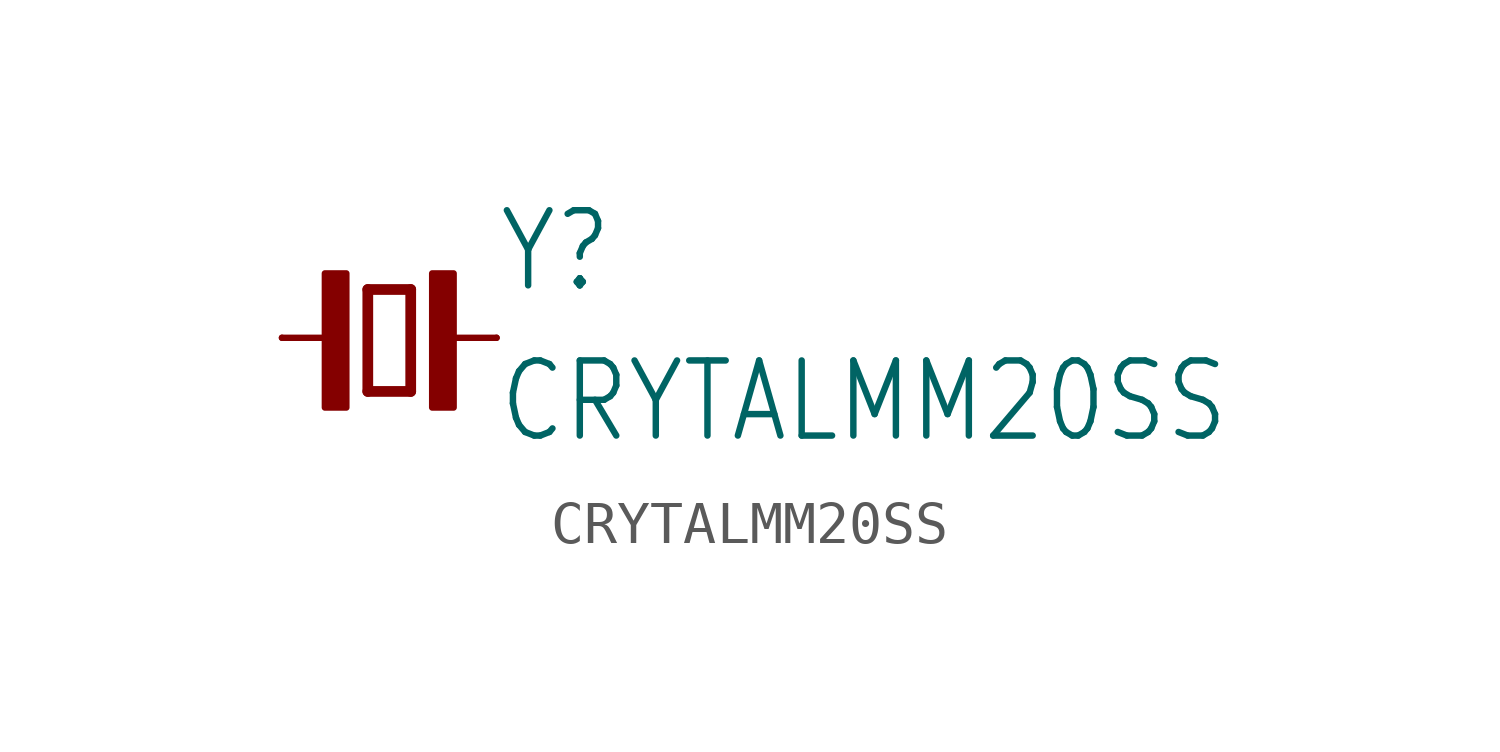
<source format=kicad_sym>
(kicad_symbol_lib
  (version 20211014)
  (generator kicad_symbol_editor)
  (symbol "CRYTALMM20SS"
    (property "Reference" "Y"
      (at 2.54 1.016 0)
      (effects (font (size 1.778 1.511)) (justify left bottom)))
    (property "Value" "CRYTALMM20SS"
      (at 2.54 -2.54 0)
      (effects (font (size 1.778 1.511)) (justify left bottom)))
    (property "ki_locked" ""
      (at 0 0 0)
      (effects (font (size 1.27 1.27))))
    (symbol "CRYTALMM20SS_1_0"
      (rectangle (start -1.524 -1.651) (end -1.016 1.524) (stroke (width 0) (type default) (color 0 0 0 0)) (fill (type outline)))
      (polyline (pts (xy -2.54 0) (xy -1.143 0)) (stroke (width 0.152) (type default) (color 0 0 0 0)) (fill (type none)))
      (polyline (pts (xy -0.508 -1.27) (xy 0.508 -1.27)) (stroke (width 0.254) (type default) (color 0 0 0 0)) (fill (type none)))
      (polyline (pts (xy -0.508 1.143) (xy -0.508 -1.27)) (stroke (width 0.254) (type default) (color 0 0 0 0)) (fill (type none)))
      (polyline (pts (xy 0.508 -1.27) (xy 0.508 1.143)) (stroke (width 0.254) (type default) (color 0 0 0 0)) (fill (type none)))
      (polyline (pts (xy 0.508 1.143) (xy -0.508 1.143)) (stroke (width 0.254) (type default) (color 0 0 0 0)) (fill (type none)))
      (polyline (pts (xy 1.143 0) (xy 2.54 0)) (stroke (width 0.152) (type default) (color 0 0 0 0)) (fill (type none)))
      (rectangle (start 1.016 -1.651) (end 1.524 1.524) (stroke (width 0) (type default) (color 0 0 0 0)) (fill (type outline)))
      (pin passive line (at -2.54 0 0) (length 0) (name "1" (effects (font (size 0 0)))) (number "1" (effects (font (size 0 0)))))
      (pin passive line (at 2.54 0 180) (length 0) (name "2" (effects (font (size 0 0)))) (number "4" (effects (font (size 0 0))))))))
</source>
